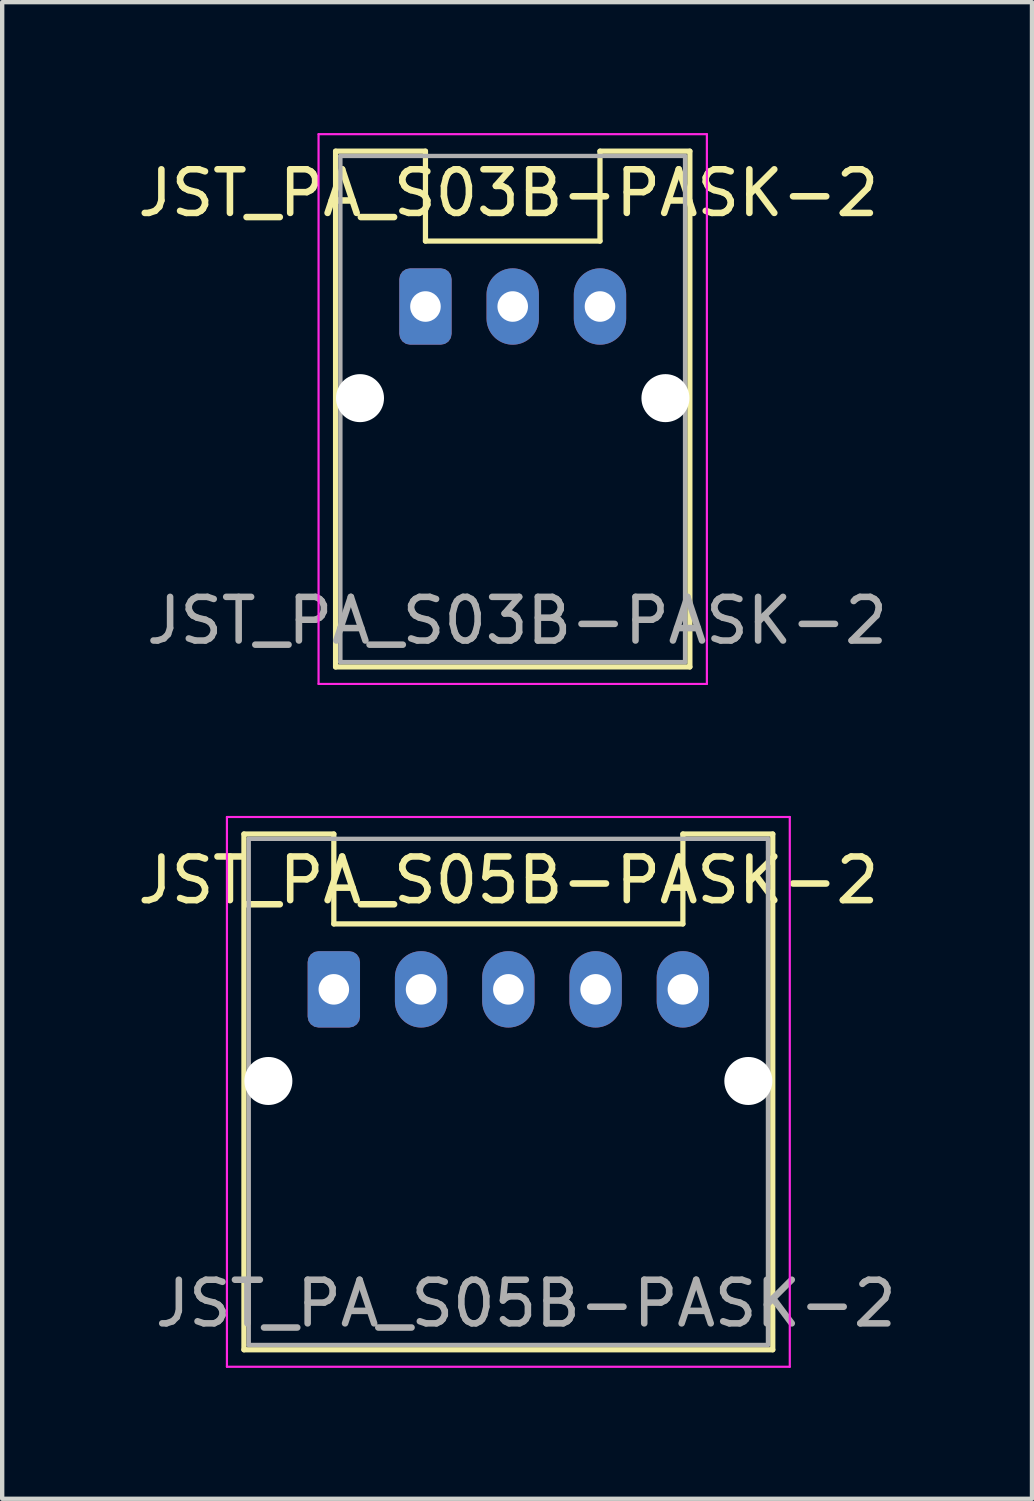
<source format=kicad_pcb>
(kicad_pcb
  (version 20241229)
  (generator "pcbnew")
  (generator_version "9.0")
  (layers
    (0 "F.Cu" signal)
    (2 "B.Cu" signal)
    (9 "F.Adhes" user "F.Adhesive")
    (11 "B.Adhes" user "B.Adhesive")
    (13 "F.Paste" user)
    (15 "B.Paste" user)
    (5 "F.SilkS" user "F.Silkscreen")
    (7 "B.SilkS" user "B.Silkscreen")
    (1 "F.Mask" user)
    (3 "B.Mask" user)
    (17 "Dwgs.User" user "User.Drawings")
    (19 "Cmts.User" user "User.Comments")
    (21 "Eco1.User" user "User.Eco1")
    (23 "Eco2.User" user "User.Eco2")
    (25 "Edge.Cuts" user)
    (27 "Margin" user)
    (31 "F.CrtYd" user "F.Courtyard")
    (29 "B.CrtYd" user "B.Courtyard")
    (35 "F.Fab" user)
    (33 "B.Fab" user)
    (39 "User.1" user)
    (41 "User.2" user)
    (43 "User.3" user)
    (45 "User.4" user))
  (footprint "JST_PA_S05B-PASK-2"
    (layer "F.Cu")
    (at 4.601 19.625)
    (property "Reference" "JST_PA_S05B-PASK-2" (at 4 -2.5 0) (layer "F.SilkS") (effects (font (size 1 1) (thickness 0.15))))
    (attr through_hole)
    (fp_line (start -2.06 -3.56) (end -2.06 8.26) (stroke (width 0.12) (type solid)) (layer "F.SilkS"))
    (fp_line (start -2.06 8.26) (end 10.06 8.26) (stroke (width 0.12) (type solid)) (layer "F.SilkS"))
    (fp_line (start 0 -3.56) (end -2.06 -3.56) (stroke (width 0.12) (type solid)) (layer "F.SilkS"))
    (fp_line (start 0 -1.5) (end 0 -3.56) (stroke (width 0.12) (type solid)) (layer "F.SilkS"))
    (fp_line (start 0 -1.5) (end 8 -1.5) (stroke (width 0.12) (type solid)) (layer "F.SilkS"))
    (fp_line (start 8 -3.56) (end 10.06 -3.56) (stroke (width 0.12) (type solid)) (layer "F.SilkS"))
    (fp_line (start 8 -1.5) (end 8 -3.56) (stroke (width 0.12) (type solid)) (layer "F.SilkS"))
    (fp_line (start 10.06 8.26) (end 10.06 -3.56) (stroke (width 0.12) (type solid)) (layer "F.SilkS"))
    (fp_line (start -2.45 -3.95) (end -2.45 8.65) (stroke (width 0.05) (type solid)) (layer "F.CrtYd"))
    (fp_line (start -2.45 8.65) (end 10.45 8.65) (stroke (width 0.05) (type solid)) (layer "F.CrtYd"))
    (fp_line (start 10.45 -3.95) (end -2.45 -3.95) (stroke (width 0.05) (type solid)) (layer "F.CrtYd"))
    (fp_line (start 10.45 8.65) (end 10.45 -3.95) (stroke (width 0.05) (type solid)) (layer "F.CrtYd"))
    (fp_line (start -1.95 -3.45) (end -1.95 8.15) (stroke (width 0.1) (type solid)) (layer "F.Fab"))
    (fp_line (start -1.95 8.15) (end 9.95 8.15) (stroke (width 0.1) (type solid)) (layer "F.Fab"))
    (fp_line (start 9.95 -3.45) (end -1.95 -3.45) (stroke (width 0.1) (type solid)) (layer "F.Fab"))
    (fp_line (start 9.95 8.15) (end 9.95 -3.45) (stroke (width 0.1) (type solid)) (layer "F.Fab"))
    (fp_text user "${REFERENCE}" (at 4.4 7.2 0) (layer "F.Fab") (effects (font (size 1 1) (thickness 0.15))))
    (pad "" np_thru_hole oval (at -1.5 2.1) (size 1.1 1.1) (drill 1.1) (layers "*.Cu" "*.Mask"))
    (pad "" np_thru_hole oval (at 9.5 2.1) (size 1.1 1.1) (drill 1.1) (layers "*.Cu" "*.Mask"))
    (pad "1" thru_hole roundrect (at 0 0) (size 1.2 1.75) (drill 0.7) (layers "*.Cu" "*.Mask") (roundrect_rratio 0.208))
    (pad "2" thru_hole oval (at 2 0) (size 1.2 1.75) (drill 0.7) (layers "*.Cu" "*.Mask"))
    (pad "3" thru_hole oval (at 4 0) (size 1.2 1.75) (drill 0.7) (layers "*.Cu" "*.Mask"))
    (pad "4" thru_hole oval (at 6 0) (size 1.2 1.75) (drill 0.7) (layers "*.Cu" "*.Mask"))
    (pad "5" thru_hole oval (at 8 0) (size 1.2 1.75) (drill 0.7) (layers "*.Cu" "*.Mask")))
  (footprint "JST_PA_S03B-PASK-2"
    (layer "F.Cu")
    (at 6.701 3.975)
    (property "Reference" "JST_PA_S03B-PASK-2" (at 1.9 -2.6 0) (layer "F.SilkS") (effects (font (size 1 1) (thickness 0.15))))
    (attr through_hole)
    (fp_line (start -2.06 -3.56) (end -2.06 8.26) (stroke (width 0.12) (type solid)) (layer "F.SilkS"))
    (fp_line (start -2.06 8.26) (end 6.06 8.26) (stroke (width 0.12) (type solid)) (layer "F.SilkS"))
    (fp_line (start 0 -3.56) (end -2.06 -3.56) (stroke (width 0.12) (type solid)) (layer "F.SilkS"))
    (fp_line (start 0 -1.5) (end 0 -3.56) (stroke (width 0.12) (type solid)) (layer "F.SilkS"))
    (fp_line (start 0 -1.5) (end 4 -1.5) (stroke (width 0.12) (type solid)) (layer "F.SilkS"))
    (fp_line (start 4 -3.56) (end 6.06 -3.56) (stroke (width 0.12) (type solid)) (layer "F.SilkS"))
    (fp_line (start 4 -1.5) (end 4 -3.56) (stroke (width 0.12) (type solid)) (layer "F.SilkS"))
    (fp_line (start 6.06 8.26) (end 6.06 -3.56) (stroke (width 0.12) (type solid)) (layer "F.SilkS"))
    (fp_line (start -2.45 -3.95) (end -2.45 8.65) (stroke (width 0.05) (type solid)) (layer "F.CrtYd"))
    (fp_line (start -2.45 8.65) (end 6.45 8.65) (stroke (width 0.05) (type solid)) (layer "F.CrtYd"))
    (fp_line (start 6.45 -3.95) (end -2.45 -3.95) (stroke (width 0.05) (type solid)) (layer "F.CrtYd"))
    (fp_line (start 6.45 8.65) (end 6.45 -3.95) (stroke (width 0.05) (type solid)) (layer "F.CrtYd"))
    (fp_line (start -1.95 -3.45) (end -1.95 8.15) (stroke (width 0.1) (type solid)) (layer "F.Fab"))
    (fp_line (start -1.95 8.15) (end 5.95 8.15) (stroke (width 0.1) (type solid)) (layer "F.Fab"))
    (fp_line (start 5.95 -3.45) (end -1.95 -3.45) (stroke (width 0.1) (type solid)) (layer "F.Fab"))
    (fp_line (start 5.95 8.15) (end 5.95 -3.45) (stroke (width 0.1) (type solid)) (layer "F.Fab"))
    (fp_text user "${REFERENCE}" (at 2.1 7.2 0) (layer "F.Fab") (effects (font (size 1 1) (thickness 0.15))))
    (pad "" np_thru_hole oval (at -1.5 2.1) (size 1.1 1.1) (drill 1.1) (layers "*.Cu" "*.Mask"))
    (pad "" np_thru_hole oval (at 5.5 2.1) (size 1.1 1.1) (drill 1.1) (layers "*.Cu" "*.Mask"))
    (pad "1" thru_hole roundrect (at 0 0) (size 1.2 1.75) (drill 0.7) (layers "*.Cu" "*.Mask") (roundrect_rratio 0.208))
    (pad "2" thru_hole oval (at 2 0) (size 1.2 1.75) (drill 0.7) (layers "*.Cu" "*.Mask"))
    (pad "3" thru_hole oval (at 4 0) (size 1.2 1.75) (drill 0.7) (layers "*.Cu" "*.Mask")))
  (gr_rect
    (start -3 -3)
    (end 20.602 31.3)
    (stroke (width 0.1) (type default))
    (fill no)
    (layer "Edge.Cuts")))
</source>
